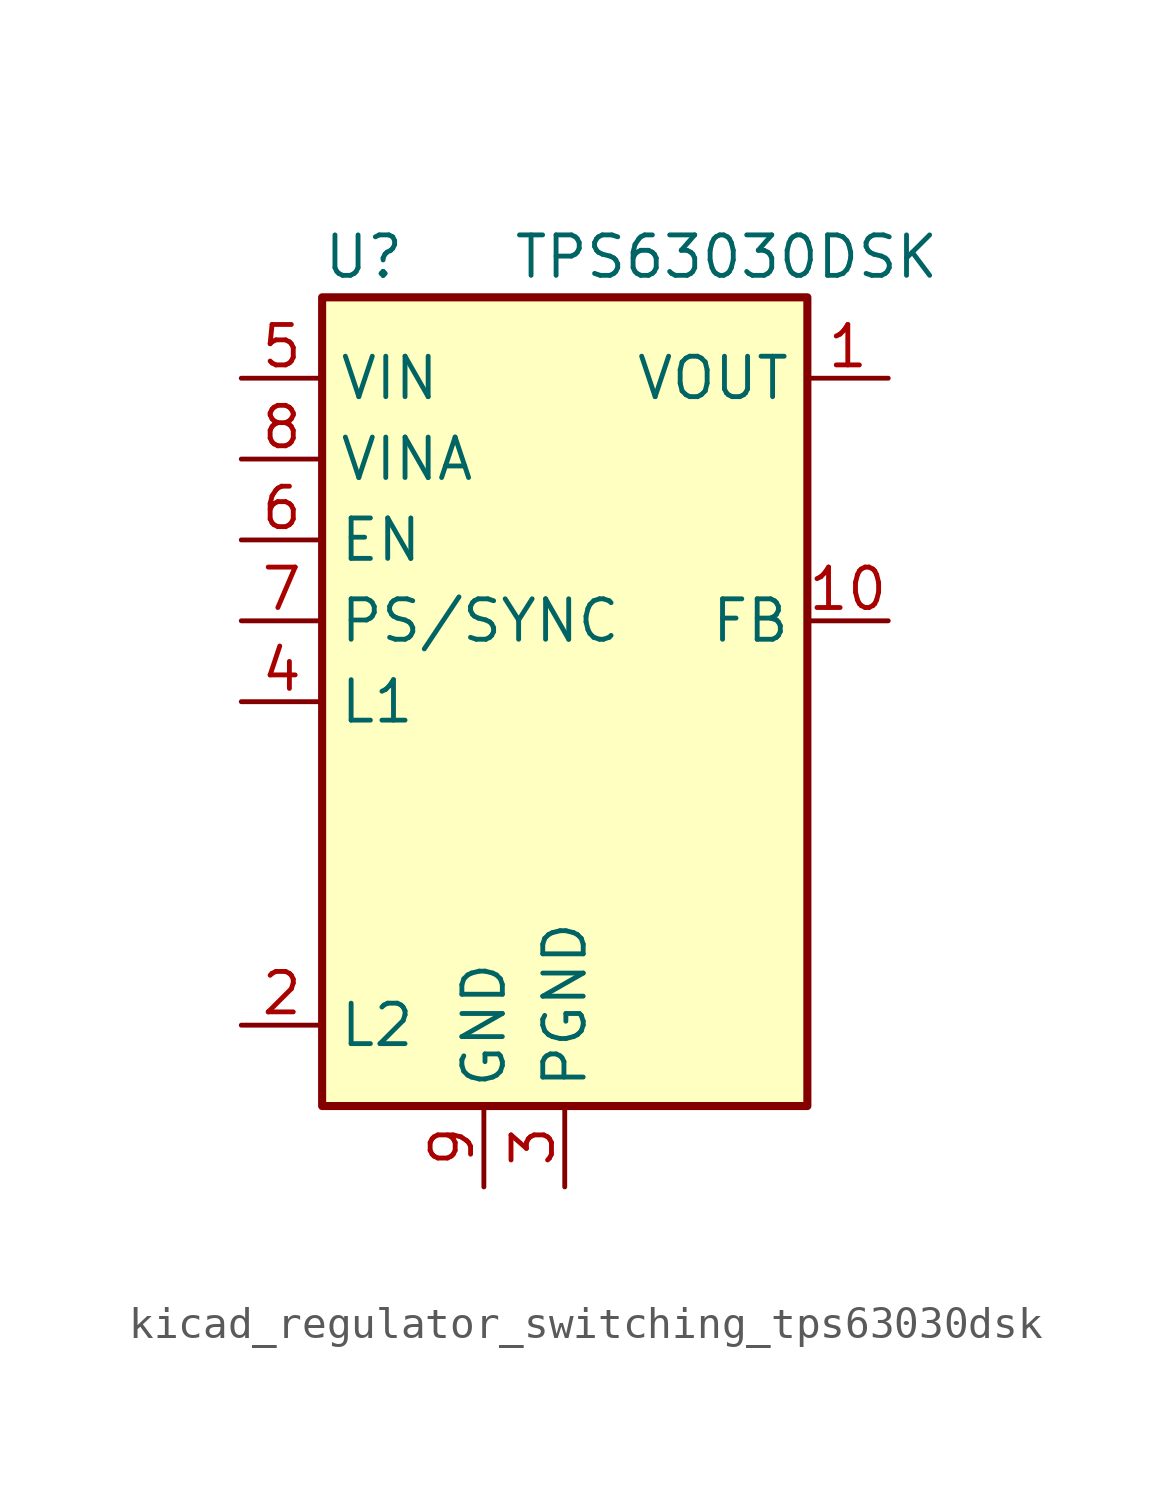
<source format=kicad_sym>
(kicad_symbol_lib
  (version 20220914)
  (generator kicad_symbol_editor)
  (symbol "kicad_regulator_switching_tps63030dsk"
    (property "Reference" "U"
      (at -7.62 13.97 0)
      (effects (font (size 1.27 1.27)) (justify left)))
    (property "Value" "TPS63030DSK"
      (at 5.08 13.97 0)
      (effects (font (size 1.27 1.27))))
    (symbol "kicad_regulator_switching_tps63030dsk_0_1"
      (rectangle (start -7.62 12.7) (end 7.62 -12.7) (stroke (width 0.254) (type default)) (fill (type background))))
    (symbol "kicad_regulator_switching_tps63030dsk_1_1"
      (pin power_out line (at 10.16 10.16 180) (length 2.54) (name "VOUT" (effects (font (size 1.27 1.27)))) (number "1" (effects (font (size 1.27 1.27)))))
      (pin input line (at 10.16 2.54 180) (length 2.54) (name "FB" (effects (font (size 1.27 1.27)))) (number "10" (effects (font (size 1.27 1.27)))))
      (pin passive line (at 0 -15.24 90) (length 2.54) hide (name "PGND" (effects (font (size 1.27 1.27)))) (number "11" (effects (font (size 1.27 1.27)))))
      (pin input line (at -10.16 -10.16 0) (length 2.54) (name "L2" (effects (font (size 1.27 1.27)))) (number "2" (effects (font (size 1.27 1.27)))))
      (pin power_in line (at 0 -15.24 90) (length 2.54) (name "PGND" (effects (font (size 1.27 1.27)))) (number "3" (effects (font (size 1.27 1.27)))))
      (pin input line (at -10.16 0 0) (length 2.54) (name "L1" (effects (font (size 1.27 1.27)))) (number "4" (effects (font (size 1.27 1.27)))))
      (pin power_in line (at -10.16 10.16 0) (length 2.54) (name "VIN" (effects (font (size 1.27 1.27)))) (number "5" (effects (font (size 1.27 1.27)))))
      (pin input line (at -10.16 5.08 0) (length 2.54) (name "EN" (effects (font (size 1.27 1.27)))) (number "6" (effects (font (size 1.27 1.27)))))
      (pin input line (at -10.16 2.54 0) (length 2.54) (name "PS/SYNC" (effects (font (size 1.27 1.27)))) (number "7" (effects (font (size 1.27 1.27)))))
      (pin passive line (at -10.16 7.62 0) (length 2.54) (name "VINA" (effects (font (size 1.27 1.27)))) (number "8" (effects (font (size 1.27 1.27)))))
      (pin power_in line (at -2.54 -15.24 90) (length 2.54) (name "GND" (effects (font (size 1.27 1.27)))) (number "9" (effects (font (size 1.27 1.27))))))))
</source>
